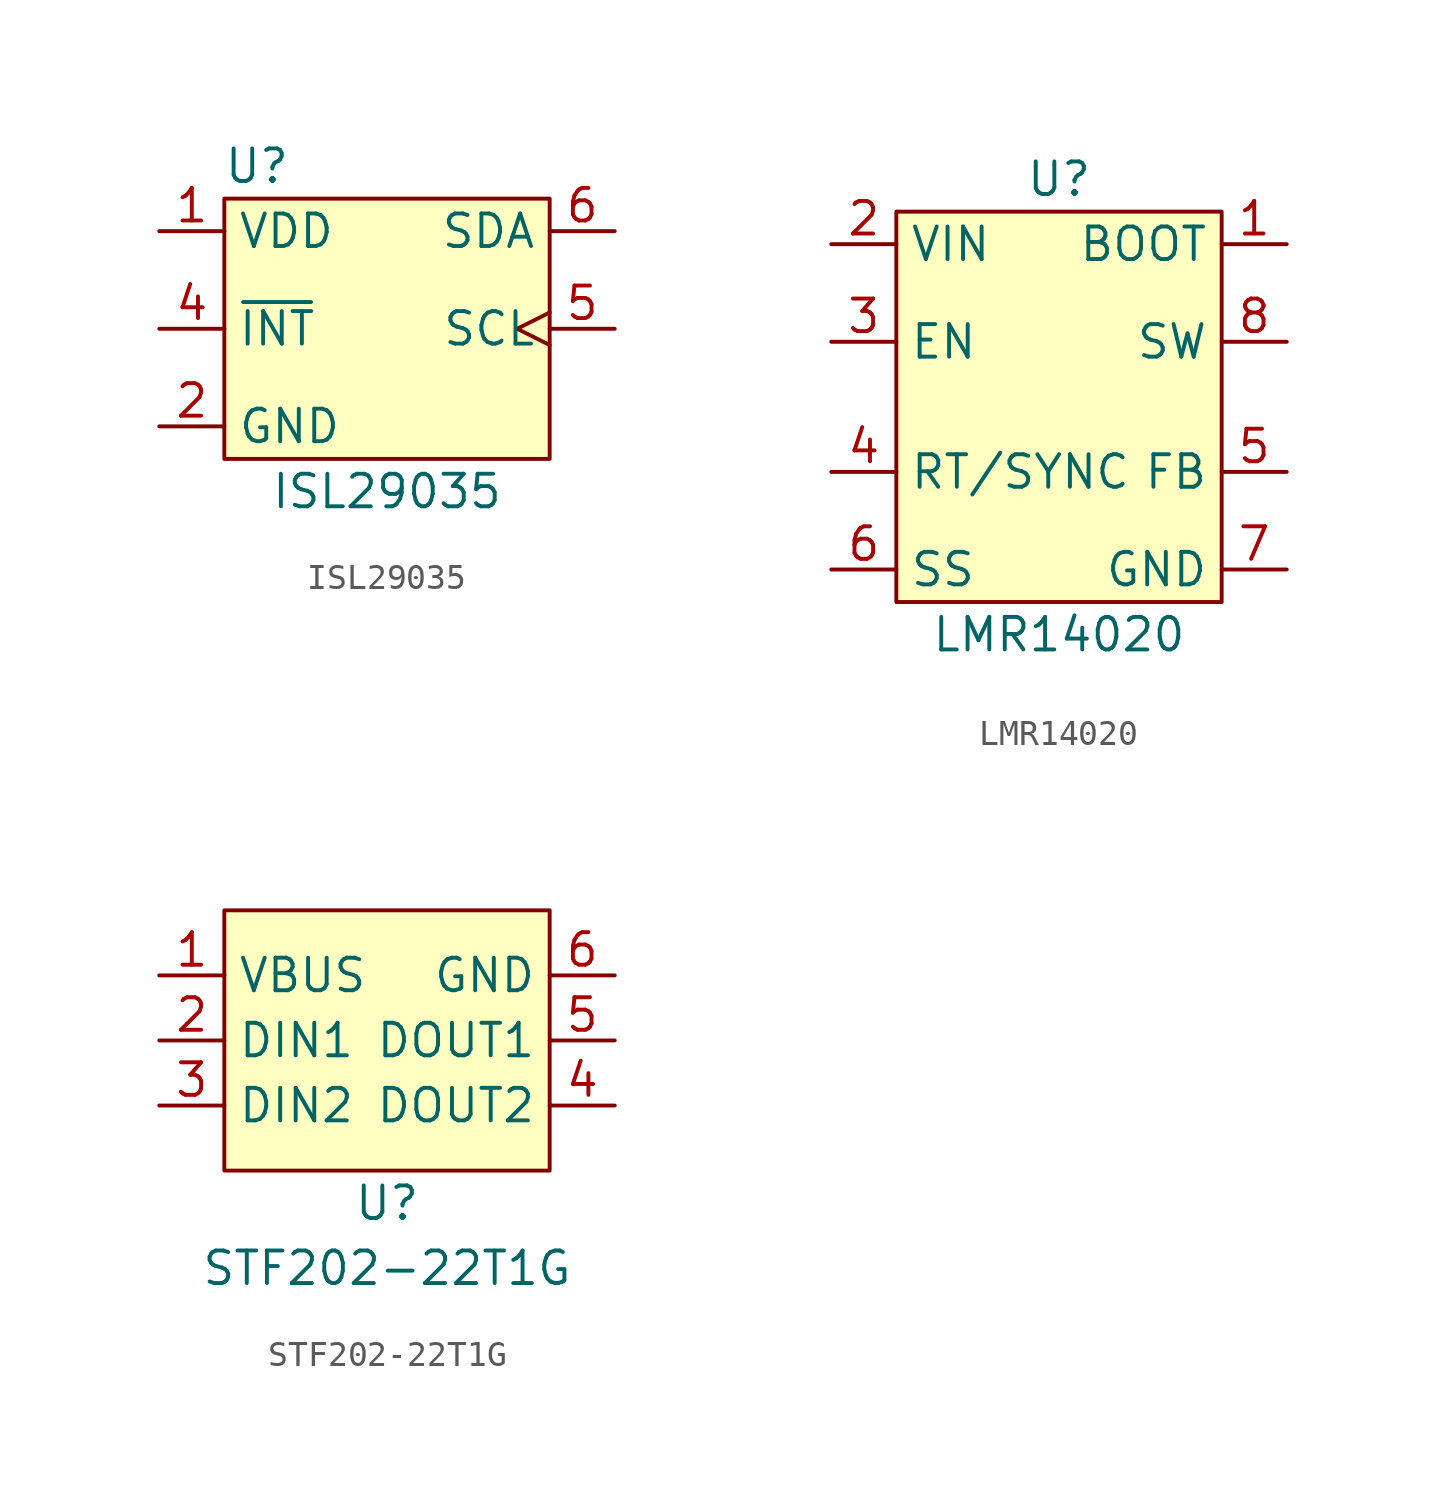
<source format=kicad_sym>
(kicad_symbol_lib
  (version 20211014)
  (generator kicad_symbol_editor)
  (symbol "ISL29035"
    (property "Reference" "U"
      (at -5.08 6.35 0)
      (effects (font (size 1.27 1.27))))
    (property "Value" "ISL29035"
      (at 0 -6.35 0)
      (effects (font (size 1.27 1.27))))
    (symbol "ISL29035_0_1"
      (rectangle (start -6.35 5.08) (end 6.35 -5.08) (stroke (width 0) (type default) (color 0 0 0 0)) (fill (type background))))
    (symbol "ISL29035_1_1"
      (pin power_in line (at -8.89 3.81 0) (length 2.54) (name "VDD" (effects (font (size 1.27 1.27)))) (number "1" (effects (font (size 1.27 1.27)))))
      (pin power_in line (at -8.89 -3.81 0) (length 2.54) (name "GND" (effects (font (size 1.27 1.27)))) (number "2" (effects (font (size 1.27 1.27)))))
      (pin open_collector line (at -8.89 0 0) (length 2.54) (name "~{INT}" (effects (font (size 1.27 1.27)))) (number "4" (effects (font (size 1.27 1.27)))))
      (pin input clock (at 8.89 0 180) (length 2.54) (name "SCL" (effects (font (size 1.27 1.27)))) (number "5" (effects (font (size 1.27 1.27)))))
      (pin input line (at 8.89 3.81 180) (length 2.54) (name "SDA" (effects (font (size 1.27 1.27)))) (number "6" (effects (font (size 1.27 1.27)))))))
  (symbol "LMR14020"
    (property "Reference" "U"
      (at 0 8.89 0)
      (effects (font (size 1.27 1.27))))
    (property "Value" "LMR14020"
      (at 0 -8.89 0)
      (effects (font (size 1.27 1.27))))
    (symbol "LMR14020_0_1"
      (rectangle (start -6.35 7.62) (end 6.35 -7.62) (stroke (width 0) (type default) (color 0 0 0 0)) (fill (type background))))
    (symbol "LMR14020_1_1"
      (pin input line (at 8.89 6.35 180) (length 2.54) (name "BOOT" (effects (font (size 1.27 1.27)))) (number "1" (effects (font (size 1.27 1.27)))))
      (pin input line (at -8.89 6.35 0) (length 2.54) (name "VIN" (effects (font (size 1.27 1.27)))) (number "2" (effects (font (size 1.27 1.27)))))
      (pin input line (at -8.89 2.54 0) (length 2.54) (name "EN" (effects (font (size 1.27 1.27)))) (number "3" (effects (font (size 1.27 1.27)))))
      (pin passive line (at -8.89 -2.54 0) (length 2.54) (name "RT/SYNC" (effects (font (size 1.27 1.27)))) (number "4" (effects (font (size 1.27 1.27)))))
      (pin input line (at 8.89 -2.54 180) (length 2.54) (name "FB" (effects (font (size 1.27 1.27)))) (number "5" (effects (font (size 1.27 1.27)))))
      (pin passive line (at -8.89 -6.35 0) (length 2.54) (name "SS" (effects (font (size 1.27 1.27)))) (number "6" (effects (font (size 1.27 1.27)))))
      (pin power_in line (at 8.89 -6.35 180) (length 2.54) (name "GND" (effects (font (size 1.27 1.27)))) (number "7" (effects (font (size 1.27 1.27)))))
      (pin output line (at 8.89 2.54 180) (length 2.54) (name "SW" (effects (font (size 1.27 1.27)))) (number "8" (effects (font (size 1.27 1.27)))))
      (pin power_in line (at 8.89 -6.35 180) (length 2.54) hide (name "GND" (effects (font (size 1.27 1.27)))) (number "9" (effects (font (size 1.27 1.27)))))))
  (symbol "STF202-22T1G"
    (property "Reference" "U"
      (at 0 -6.35 0)
      (effects (font (size 1.27 1.27))))
    (property "Value" "STF202-22T1G"
      (at 0 -8.89 0)
      (effects (font (size 1.27 1.27))))
    (symbol "STF202-22T1G_0_1"
      (rectangle (start -6.35 5.08) (end 6.35 -5.08) (stroke (width 0) (type default) (color 0 0 0 0)) (fill (type background))))
    (symbol "STF202-22T1G_1_1"
      (pin power_in line (at -8.89 2.54 0) (length 2.54) (name "VBUS" (effects (font (size 1.27 1.27)))) (number "1" (effects (font (size 1.27 1.27)))))
      (pin input line (at -8.89 0 0) (length 2.54) (name "DIN1" (effects (font (size 1.27 1.27)))) (number "2" (effects (font (size 1.27 1.27)))))
      (pin input line (at -8.89 -2.54 0) (length 2.54) (name "DIN2" (effects (font (size 1.27 1.27)))) (number "3" (effects (font (size 1.27 1.27)))))
      (pin output line (at 8.89 -2.54 180) (length 2.54) (name "DOUT2" (effects (font (size 1.27 1.27)))) (number "4" (effects (font (size 1.27 1.27)))))
      (pin output line (at 8.89 0 180) (length 2.54) (name "DOUT1" (effects (font (size 1.27 1.27)))) (number "5" (effects (font (size 1.27 1.27)))))
      (pin power_in line (at 8.89 2.54 180) (length 2.54) (name "GND" (effects (font (size 1.27 1.27)))) (number "6" (effects (font (size 1.27 1.27))))))))
</source>
